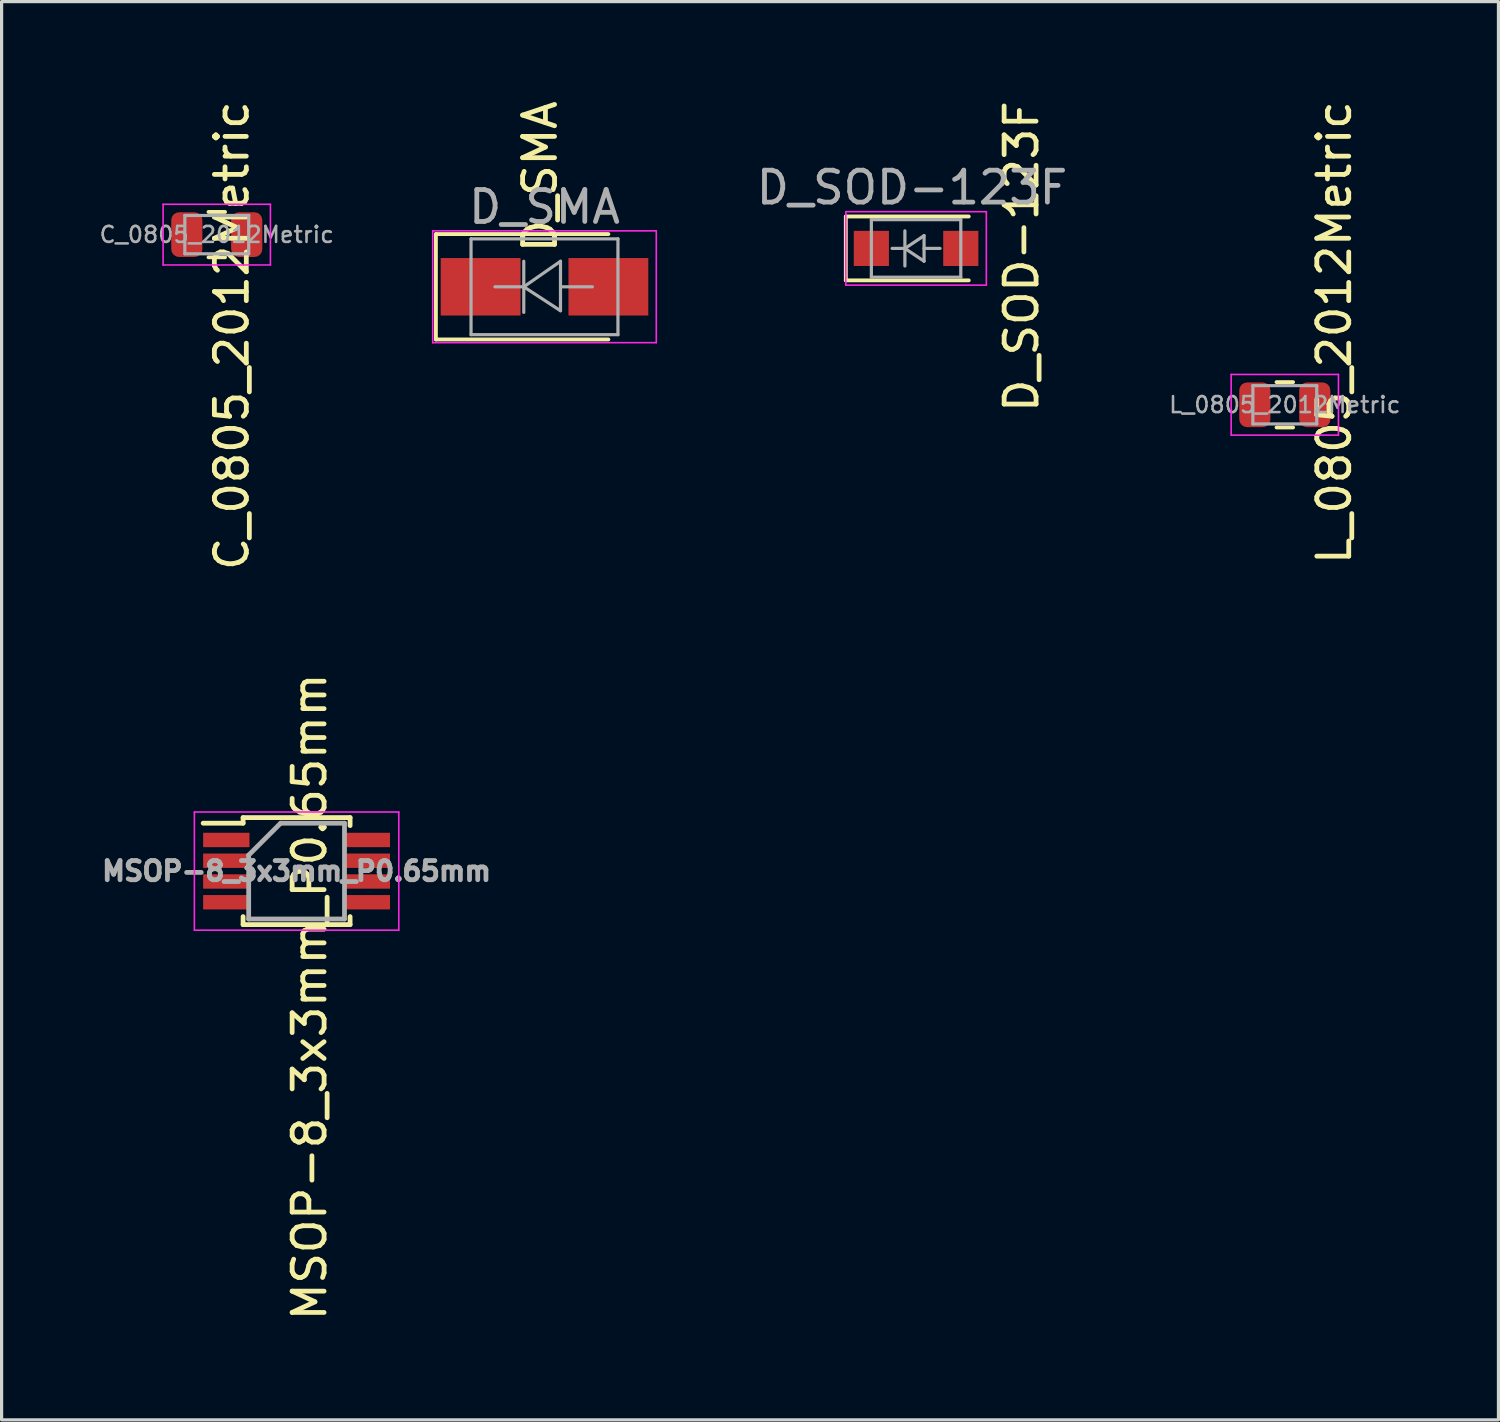
<source format=kicad_pcb>
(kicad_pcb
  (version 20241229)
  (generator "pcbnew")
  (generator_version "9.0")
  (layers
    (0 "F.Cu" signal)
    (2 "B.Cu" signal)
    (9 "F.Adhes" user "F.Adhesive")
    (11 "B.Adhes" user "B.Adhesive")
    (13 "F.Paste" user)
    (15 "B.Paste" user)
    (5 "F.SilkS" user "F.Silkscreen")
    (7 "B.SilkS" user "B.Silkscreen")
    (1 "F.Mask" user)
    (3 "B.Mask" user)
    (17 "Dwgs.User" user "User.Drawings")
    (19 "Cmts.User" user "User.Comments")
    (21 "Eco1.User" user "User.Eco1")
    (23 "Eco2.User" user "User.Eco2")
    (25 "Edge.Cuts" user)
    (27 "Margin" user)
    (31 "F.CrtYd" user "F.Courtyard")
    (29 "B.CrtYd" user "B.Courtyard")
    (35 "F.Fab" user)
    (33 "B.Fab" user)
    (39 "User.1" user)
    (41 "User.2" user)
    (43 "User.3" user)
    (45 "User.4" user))
  (footprint "MSOP-8_3x3mm_P0.65mm"
    (layer "F.Cu")
    (at 6.236 24.224)
    (property "Reference" "MSOP-8_3x3mm_P0.65mm" (at 0.406 3.937 90) (layer "F.SilkS") (effects (font (size 1 1) (thickness 0.15))))
    (attr smd)
    (fp_line (start -1.675 -1.675) (end -1.675 -1.5) (stroke (width 0.15) (type solid)) (layer "F.SilkS"))
    (fp_line (start -1.675 -1.675) (end 1.675 -1.675) (stroke (width 0.15) (type solid)) (layer "F.SilkS"))
    (fp_line (start -1.675 -1.5) (end -2.925 -1.5) (stroke (width 0.15) (type solid)) (layer "F.SilkS"))
    (fp_line (start -1.675 1.675) (end -1.675 1.425) (stroke (width 0.15) (type solid)) (layer "F.SilkS"))
    (fp_line (start -1.675 1.675) (end 1.675 1.675) (stroke (width 0.15) (type solid)) (layer "F.SilkS"))
    (fp_line (start 1.675 -1.675) (end 1.675 -1.425) (stroke (width 0.15) (type solid)) (layer "F.SilkS"))
    (fp_line (start 1.675 1.675) (end 1.675 1.425) (stroke (width 0.15) (type solid)) (layer "F.SilkS"))
    (fp_line (start -3.2 -1.85) (end -3.2 1.85) (stroke (width 0.05) (type solid)) (layer "F.CrtYd"))
    (fp_line (start -3.2 -1.85) (end 3.2 -1.85) (stroke (width 0.05) (type solid)) (layer "F.CrtYd"))
    (fp_line (start -3.2 1.85) (end 3.2 1.85) (stroke (width 0.05) (type solid)) (layer "F.CrtYd"))
    (fp_line (start 3.2 -1.85) (end 3.2 1.85) (stroke (width 0.05) (type solid)) (layer "F.CrtYd"))
    (fp_line (start -1.5 -0.5) (end -0.5 -1.5) (stroke (width 0.15) (type solid)) (layer "F.Fab"))
    (fp_line (start -1.5 1.5) (end -1.5 -0.5) (stroke (width 0.15) (type solid)) (layer "F.Fab"))
    (fp_line (start -0.5 -1.5) (end 1.5 -1.5) (stroke (width 0.15) (type solid)) (layer "F.Fab"))
    (fp_line (start 1.5 -1.5) (end 1.5 1.5) (stroke (width 0.15) (type solid)) (layer "F.Fab"))
    (fp_line (start 1.5 1.5) (end -1.5 1.5) (stroke (width 0.15) (type solid)) (layer "F.Fab"))
    (fp_text user "${REFERENCE}" (at 0 0 0) (layer "F.Fab") (effects (font (size 0.6 0.6) (thickness 0.15))))
    (pad "1" smd rect (at -2.2 -0.975) (size 1.45 0.45) (layers "F.Cu" "F.Mask" "F.Paste"))
    (pad "2" smd rect (at -2.2 -0.325) (size 1.45 0.45) (layers "F.Cu" "F.Mask" "F.Paste"))
    (pad "3" smd rect (at -2.2 0.325) (size 1.45 0.45) (layers "F.Cu" "F.Mask" "F.Paste"))
    (pad "4" smd rect (at -2.2 0.975) (size 1.45 0.45) (layers "F.Cu" "F.Mask" "F.Paste"))
    (pad "5" smd rect (at 2.2 0.975) (size 1.45 0.45) (layers "F.Cu" "F.Mask" "F.Paste"))
    (pad "6" smd rect (at 2.2 0.325) (size 1.45 0.45) (layers "F.Cu" "F.Mask" "F.Paste"))
    (pad "7" smd rect (at 2.2 -0.325) (size 1.45 0.45) (layers "F.Cu" "F.Mask" "F.Paste"))
    (pad "8" smd rect (at 2.2 -0.975) (size 1.45 0.45) (layers "F.Cu" "F.Mask" "F.Paste")))
  (footprint "D_SMA"
    (layer "F.Cu")
    (at 13.998 5.929)
    (property "Reference" "D_SMA" (at -0.14 -3.447 270) (layer "F.SilkS") (effects (font (size 1 1) (thickness 0.15))))
    (attr smd)
    (fp_line (start -3.4 -1.65) (end -3.4 1.65) (stroke (width 0.12) (type solid)) (layer "F.SilkS"))
    (fp_line (start -3.4 -1.65) (end 2 -1.65) (stroke (width 0.12) (type solid)) (layer "F.SilkS"))
    (fp_line (start -3.4 1.65) (end 2 1.65) (stroke (width 0.12) (type solid)) (layer "F.SilkS"))
    (fp_line (start -3.5 -1.75) (end 3.5 -1.75) (stroke (width 0.05) (type solid)) (layer "F.CrtYd"))
    (fp_line (start -3.5 1.75) (end -3.5 -1.75) (stroke (width 0.05) (type solid)) (layer "F.CrtYd"))
    (fp_line (start 3.5 -1.75) (end 3.5 1.75) (stroke (width 0.05) (type solid)) (layer "F.CrtYd"))
    (fp_line (start 3.5 1.75) (end -3.5 1.75) (stroke (width 0.05) (type solid)) (layer "F.CrtYd"))
    (fp_line (start -2.3 1.5) (end -2.3 -1.5) (stroke (width 0.1) (type solid)) (layer "F.Fab"))
    (fp_line (start -0.649 -0.799) (end -0.649 0.801) (stroke (width 0.1) (type solid)) (layer "F.Fab"))
    (fp_line (start -0.649 0.001) (end -1.551 0.001) (stroke (width 0.1) (type solid)) (layer "F.Fab"))
    (fp_line (start -0.649 0.001) (end 0.501 -0.799) (stroke (width 0.1) (type solid)) (layer "F.Fab"))
    (fp_line (start -0.649 0.001) (end 0.501 0.75) (stroke (width 0.1) (type solid)) (layer "F.Fab"))
    (fp_line (start 0.501 0.001) (end 1.499 0.001) (stroke (width 0.1) (type solid)) (layer "F.Fab"))
    (fp_line (start 0.501 0.75) (end 0.501 -0.799) (stroke (width 0.1) (type solid)) (layer "F.Fab"))
    (fp_line (start 2.3 -1.5) (end -2.3 -1.5) (stroke (width 0.1) (type solid)) (layer "F.Fab"))
    (fp_line (start 2.3 -1.5) (end 2.3 1.5) (stroke (width 0.1) (type solid)) (layer "F.Fab"))
    (fp_line (start 2.3 1.5) (end -2.3 1.5) (stroke (width 0.1) (type solid)) (layer "F.Fab"))
    (fp_text user "${REFERENCE}" (at 0 -2.5 0) (layer "F.Fab") (effects (font (size 1 1) (thickness 0.15))))
    (pad "1" smd rect (at -2 0) (size 2.5 1.8) (layers "F.Cu" "F.Mask" "F.Paste"))
    (pad "2" smd rect (at 2 0) (size 2.5 1.8) (layers "F.Cu" "F.Mask" "F.Paste")))
  (footprint "C_0805_2012Metric"
    (layer "F.Cu")
    (at 3.737 4.296)
    (property "Reference" "C_0805_2012Metric" (at 0.47 3.162 270) (layer "F.SilkS") (effects (font (size 1 1) (thickness 0.15))))
    (attr smd)
    (fp_line (start -0.259 -0.71) (end 0.259 -0.71) (stroke (width 0.12) (type solid)) (layer "F.SilkS"))
    (fp_line (start -0.259 0.71) (end 0.259 0.71) (stroke (width 0.12) (type solid)) (layer "F.SilkS"))
    (fp_line (start -1.68 -0.95) (end 1.68 -0.95) (stroke (width 0.05) (type solid)) (layer "F.CrtYd"))
    (fp_line (start -1.68 0.95) (end -1.68 -0.95) (stroke (width 0.05) (type solid)) (layer "F.CrtYd"))
    (fp_line (start 1.68 -0.95) (end 1.68 0.95) (stroke (width 0.05) (type solid)) (layer "F.CrtYd"))
    (fp_line (start 1.68 0.95) (end -1.68 0.95) (stroke (width 0.05) (type solid)) (layer "F.CrtYd"))
    (fp_line (start -1 -0.6) (end 1 -0.6) (stroke (width 0.1) (type solid)) (layer "F.Fab"))
    (fp_line (start -1 0.6) (end -1 -0.6) (stroke (width 0.1) (type solid)) (layer "F.Fab"))
    (fp_line (start 1 -0.6) (end 1 0.6) (stroke (width 0.1) (type solid)) (layer "F.Fab"))
    (fp_line (start 1 0.6) (end -1 0.6) (stroke (width 0.1) (type solid)) (layer "F.Fab"))
    (fp_text user "${REFERENCE}" (at 0 0 0) (layer "F.Fab") (effects (font (size 0.5 0.5) (thickness 0.08))))
    (pad "1" smd roundrect (at -0.938 0) (size 0.975 1.4) (layers "F.Cu" "F.Mask" "F.Paste") (roundrect_rratio 0.25))
    (pad "2" smd roundrect (at 0.938 0) (size 0.975 1.4) (layers "F.Cu" "F.Mask" "F.Paste") (roundrect_rratio 0.25)))
  (footprint "D_SOD-123F"
    (layer "F.Cu")
    (at 25.632 4.728)
    (property "Reference" "D_SOD-123F" (at 3.302 0.254 90) (layer "F.SilkS") (effects (font (size 1 1) (thickness 0.15))))
    (attr smd)
    (fp_line (start -2.2 -1) (end -2.2 1) (stroke (width 0.12) (type solid)) (layer "F.SilkS"))
    (fp_line (start -2.2 -1) (end 1.65 -1) (stroke (width 0.12) (type solid)) (layer "F.SilkS"))
    (fp_line (start -2.2 1) (end 1.65 1) (stroke (width 0.12) (type solid)) (layer "F.SilkS"))
    (fp_line (start -2.2 -1.15) (end -2.2 1.15) (stroke (width 0.05) (type solid)) (layer "F.CrtYd"))
    (fp_line (start -2.2 -1.15) (end 2.2 -1.15) (stroke (width 0.05) (type solid)) (layer "F.CrtYd"))
    (fp_line (start 2.2 -1.15) (end 2.2 1.15) (stroke (width 0.05) (type solid)) (layer "F.CrtYd"))
    (fp_line (start 2.2 1.15) (end -2.2 1.15) (stroke (width 0.05) (type solid)) (layer "F.CrtYd"))
    (fp_line (start -1.4 -0.9) (end 1.4 -0.9) (stroke (width 0.1) (type solid)) (layer "F.Fab"))
    (fp_line (start -1.4 0.9) (end -1.4 -0.9) (stroke (width 0.1) (type solid)) (layer "F.Fab"))
    (fp_line (start -0.75 0) (end -0.35 0) (stroke (width 0.1) (type solid)) (layer "F.Fab"))
    (fp_line (start -0.35 0) (end -0.35 -0.55) (stroke (width 0.1) (type solid)) (layer "F.Fab"))
    (fp_line (start -0.35 0) (end -0.35 0.55) (stroke (width 0.1) (type solid)) (layer "F.Fab"))
    (fp_line (start -0.35 0) (end 0.25 -0.4) (stroke (width 0.1) (type solid)) (layer "F.Fab"))
    (fp_line (start 0.25 -0.4) (end 0.25 0.4) (stroke (width 0.1) (type solid)) (layer "F.Fab"))
    (fp_line (start 0.25 0) (end 0.75 0) (stroke (width 0.1) (type solid)) (layer "F.Fab"))
    (fp_line (start 0.25 0.4) (end -0.35 0) (stroke (width 0.1) (type solid)) (layer "F.Fab"))
    (fp_line (start 1.4 -0.9) (end 1.4 0.9) (stroke (width 0.1) (type solid)) (layer "F.Fab"))
    (fp_line (start 1.4 0.9) (end -1.4 0.9) (stroke (width 0.1) (type solid)) (layer "F.Fab"))
    (fp_text user "${REFERENCE}" (at -0.127 -1.905 0) (layer "F.Fab") (effects (font (size 1 1) (thickness 0.15))))
    (pad "1" smd rect (at -1.4 0) (size 1.1 1.1) (layers "F.Cu" "F.Mask" "F.Paste"))
    (pad "2" smd rect (at 1.4 0) (size 1.1 1.1) (layers "F.Cu" "F.Mask" "F.Paste")))
  (footprint "L_0805_2012Metric"
    (layer "F.Cu")
    (at 37.177 9.624)
    (property "Reference" "L_0805_2012Metric" (at 1.547 -2.261 270) (layer "F.SilkS") (effects (font (size 1 1) (thickness 0.15))))
    (attr smd)
    (fp_line (start -0.259 -0.71) (end 0.259 -0.71) (stroke (width 0.12) (type solid)) (layer "F.SilkS"))
    (fp_line (start -0.259 0.71) (end 0.259 0.71) (stroke (width 0.12) (type solid)) (layer "F.SilkS"))
    (fp_line (start -1.68 -0.95) (end 1.68 -0.95) (stroke (width 0.05) (type solid)) (layer "F.CrtYd"))
    (fp_line (start -1.68 0.95) (end -1.68 -0.95) (stroke (width 0.05) (type solid)) (layer "F.CrtYd"))
    (fp_line (start 1.68 -0.95) (end 1.68 0.95) (stroke (width 0.05) (type solid)) (layer "F.CrtYd"))
    (fp_line (start 1.68 0.95) (end -1.68 0.95) (stroke (width 0.05) (type solid)) (layer "F.CrtYd"))
    (fp_line (start -1 -0.6) (end 1 -0.6) (stroke (width 0.1) (type solid)) (layer "F.Fab"))
    (fp_line (start -1 0.6) (end -1 -0.6) (stroke (width 0.1) (type solid)) (layer "F.Fab"))
    (fp_line (start 1 -0.6) (end 1 0.6) (stroke (width 0.1) (type solid)) (layer "F.Fab"))
    (fp_line (start 1 0.6) (end -1 0.6) (stroke (width 0.1) (type solid)) (layer "F.Fab"))
    (fp_text user "${REFERENCE}" (at 0 0 0) (layer "F.Fab") (effects (font (size 0.5 0.5) (thickness 0.08))))
    (pad "1" smd roundrect (at -0.938 0) (size 0.975 1.4) (layers "F.Cu" "F.Mask" "F.Paste") (roundrect_rratio 0.25))
    (pad "2" smd roundrect (at 0.938 0) (size 0.975 1.4) (layers "F.Cu" "F.Mask" "F.Paste") (roundrect_rratio 0.25)))
  (gr_rect
    (start -3 -3)
    (end 43.866 41.405)
    (stroke (width 0.1) (type default))
    (fill no)
    (layer "Edge.Cuts")))
</source>
